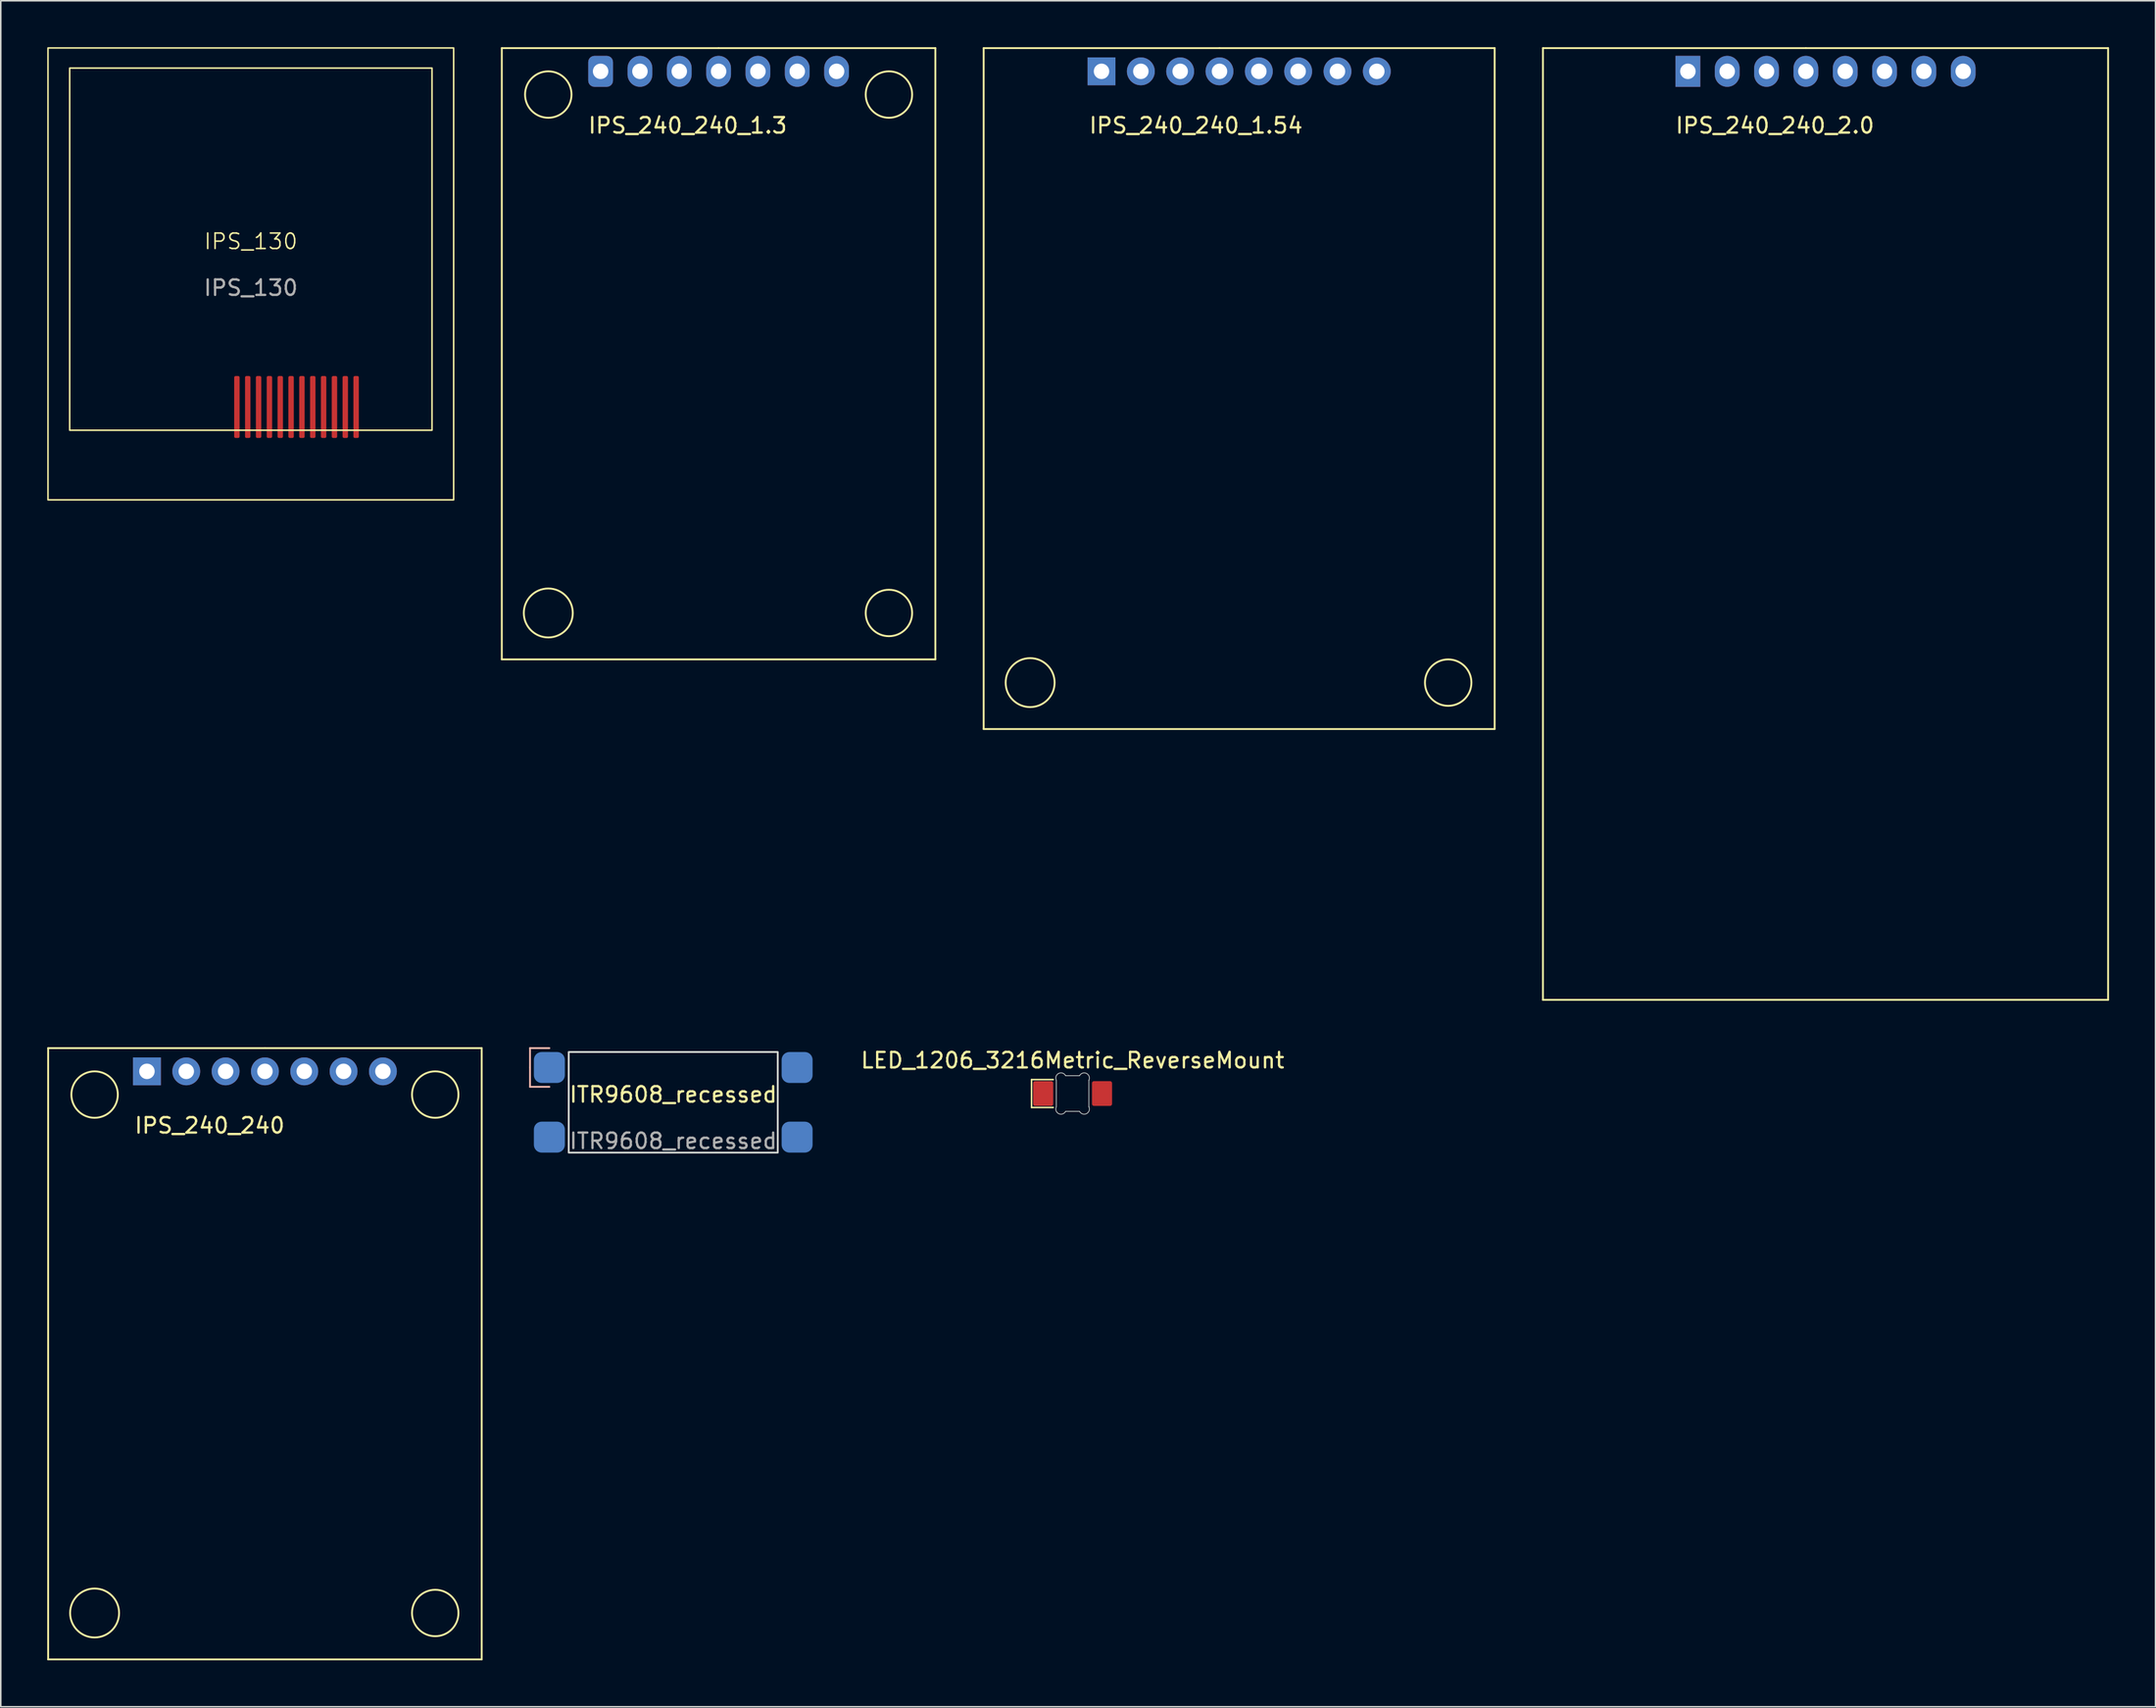
<source format=kicad_pcb>
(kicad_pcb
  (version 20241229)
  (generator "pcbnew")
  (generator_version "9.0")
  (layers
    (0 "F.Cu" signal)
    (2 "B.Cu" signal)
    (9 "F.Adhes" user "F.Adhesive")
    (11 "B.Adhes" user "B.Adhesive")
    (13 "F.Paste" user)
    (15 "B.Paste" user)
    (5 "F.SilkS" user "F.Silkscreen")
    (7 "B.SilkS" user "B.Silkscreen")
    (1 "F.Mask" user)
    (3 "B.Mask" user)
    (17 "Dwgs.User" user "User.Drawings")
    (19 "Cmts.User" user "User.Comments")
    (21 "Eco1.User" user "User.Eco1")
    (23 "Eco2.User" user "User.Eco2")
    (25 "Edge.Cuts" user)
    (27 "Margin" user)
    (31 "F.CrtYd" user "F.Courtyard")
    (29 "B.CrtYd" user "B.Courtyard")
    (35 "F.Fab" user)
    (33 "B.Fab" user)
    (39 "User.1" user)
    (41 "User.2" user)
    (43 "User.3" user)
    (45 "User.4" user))
  (footprint "IPS_240_240"
    (layer "F.Cu")
    (at 14.06 66.18)
    (property "Reference" "IPS_240_240" (at -8.5 3.5 0) (layer "F.SilkS") (effects (font (size 1 1) (thickness 0.15)) (justify left)))
    (attr through_hole)
    (fp_line (start -14 -1.5) (end 0 -1.5) (stroke (width 0.12) (type solid)) (layer "F.SilkS"))
    (fp_line (start -14 38) (end -14 -1.5) (stroke (width 0.12) (type solid)) (layer "F.SilkS"))
    (fp_line (start 0 -1.5) (end 14 -1.5) (stroke (width 0.12) (type solid)) (layer "F.SilkS"))
    (fp_line (start 14 -1.5) (end 14 38) (stroke (width 0.12) (type solid)) (layer "F.SilkS"))
    (fp_line (start 14 38) (end -14 38) (stroke (width 0.12) (type solid)) (layer "F.SilkS"))
    (fp_circle (center -11 1.5) (end -11 0) (stroke (width 0.12) (type solid)) (fill no) (layer "F.SilkS"))
    (fp_circle (center -11 35) (end -10.5 33.5) (stroke (width 0.12) (type solid)) (fill no) (layer "F.SilkS"))
    (fp_circle (center 11 1.5) (end 11 0) (stroke (width 0.12) (type solid)) (fill no) (layer "F.SilkS"))
    (fp_circle (center 11 35) (end 11 33.5) (stroke (width 0.12) (type solid)) (fill no) (layer "F.SilkS"))
    (pad "1" thru_hole rect (at -7.62 0) (size 1.8 1.8) (drill 1) (layers "*.Cu" "*.Mask"))
    (pad "2" thru_hole circle (at -5.08 0) (size 1.8 1.8) (drill 1) (layers "*.Cu" "*.Mask"))
    (pad "3" thru_hole circle (at -2.54 0) (size 1.8 1.8) (drill 1) (layers "*.Cu" "*.Mask"))
    (pad "4" thru_hole circle (at 0 0) (size 1.8 1.8) (drill 1) (layers "*.Cu" "*.Mask"))
    (pad "5" thru_hole circle (at 2.54 0) (size 1.8 1.8) (drill 1) (layers "*.Cu" "*.Mask"))
    (pad "6" thru_hole circle (at 5.08 0) (size 1.8 1.8) (drill 1) (layers "*.Cu" "*.Mask"))
    (pad "7" thru_hole circle (at 7.62 0) (size 1.8 1.8) (drill 1) (layers "*.Cu" "*.Mask")))
  (footprint "IPS_130"
    (layer "F.Cu")
    (at 13.15 13.05)
    (property "Reference" "IPS_130" (at 0 -0.5 0) (unlocked yes) (layer "F.SilkS") (effects (font (size 1 1) (thickness 0.1))))
    (attr smd)
    (fp_rect (start -13.1 -13) (end 13.1 16.2) (stroke (width 0.1) (type default)) (fill no) (layer "F.SilkS"))
    (fp_rect (start -11.7 -11.7) (end 11.7 11.7) (stroke (width 0.1) (type default)) (fill no) (layer "F.SilkS"))
    (fp_text user "${REFERENCE}" (at 0 2.5 0) (unlocked yes) (layer "F.Fab") (effects (font (size 1 1) (thickness 0.15))))
    (pad "1" smd roundrect (at 6.8 10.2) (size 0.35 4) (layers "F.Cu" "F.Mask" "F.Paste") (roundrect_rratio 0.25))
    (pad "2" smd roundrect (at 6.1 10.2) (size 0.35 4) (layers "F.Cu" "F.Mask" "F.Paste") (roundrect_rratio 0.25))
    (pad "3" smd roundrect (at 5.4 10.2) (size 0.35 4) (layers "F.Cu" "F.Mask" "F.Paste") (roundrect_rratio 0.25))
    (pad "4" smd roundrect (at 4.7 10.2) (size 0.35 4) (layers "F.Cu" "F.Mask" "F.Paste") (roundrect_rratio 0.25))
    (pad "5" smd roundrect (at 4 10.2) (size 0.35 4) (layers "F.Cu" "F.Mask" "F.Paste") (roundrect_rratio 0.25))
    (pad "6" smd roundrect (at 3.3 10.2) (size 0.35 4) (layers "F.Cu" "F.Mask" "F.Paste") (roundrect_rratio 0.25))
    (pad "7" smd roundrect (at 2.6 10.2) (size 0.35 4) (layers "F.Cu" "F.Mask" "F.Paste") (roundrect_rratio 0.25))
    (pad "8" smd roundrect (at 1.9 10.2) (size 0.35 4) (layers "F.Cu" "F.Mask" "F.Paste") (roundrect_rratio 0.25))
    (pad "9" smd roundrect (at 1.2 10.2) (size 0.35 4) (layers "F.Cu" "F.Mask" "F.Paste") (roundrect_rratio 0.25))
    (pad "10" smd roundrect (at 0.5 10.2) (size 0.35 4) (layers "F.Cu" "F.Mask" "F.Paste") (roundrect_rratio 0.25))
    (pad "11" smd roundrect (at -0.2 10.2) (size 0.35 4) (layers "F.Cu" "F.Mask" "F.Paste") (roundrect_rratio 0.25))
    (pad "12" smd roundrect (at -0.9 10.2) (size 0.35 4) (layers "F.Cu" "F.Mask" "F.Paste") (roundrect_rratio 0.25)))
  (footprint "IPS_240_240_1.54"
    (layer "F.Cu")
    (at 76.98 1.56)
    (property "Reference" "IPS_240_240_1.54" (at -9.77 3.5 0) (layer "F.SilkS") (effects (font (size 1 1) (thickness 0.15)) (justify left)))
    (attr through_hole)
    (fp_line (start -16.5 -1.5) (end -1.27 -1.5) (stroke (width 0.12) (type solid)) (layer "F.SilkS"))
    (fp_line (start -16.5 42.5) (end -16.5 -1.5) (stroke (width 0.12) (type solid)) (layer "F.SilkS"))
    (fp_line (start -1.27 -1.5) (end 16.5 -1.5) (stroke (width 0.12) (type solid)) (layer "F.SilkS"))
    (fp_line (start 16.5 -1.5) (end 16.5 42.5) (stroke (width 0.12) (type solid)) (layer "F.SilkS"))
    (fp_line (start 16.5 42.5) (end -16.5 42.5) (stroke (width 0.12) (type solid)) (layer "F.SilkS"))
    (fp_circle (center -13.5 39.5) (end -13 38) (stroke (width 0.12) (type solid)) (fill no) (layer "F.SilkS"))
    (fp_circle (center 13.5 39.5) (end 13.5 38) (stroke (width 0.12) (type solid)) (fill no) (layer "F.SilkS"))
    (pad "1" thru_hole rect (at -8.89 0) (size 1.8 1.8) (drill 1) (layers "*.Cu" "*.Mask"))
    (pad "2" thru_hole circle (at -6.35 0) (size 1.8 1.8) (drill 1) (layers "*.Cu" "*.Mask"))
    (pad "3" thru_hole circle (at -3.81 0) (size 1.8 1.8) (drill 1) (layers "*.Cu" "*.Mask"))
    (pad "4" thru_hole circle (at -1.27 0) (size 1.8 1.8) (drill 1) (layers "*.Cu" "*.Mask"))
    (pad "5" thru_hole circle (at 1.27 0) (size 1.8 1.8) (drill 1) (layers "*.Cu" "*.Mask"))
    (pad "6" thru_hole circle (at 3.81 0) (size 1.8 1.8) (drill 1) (layers "*.Cu" "*.Mask"))
    (pad "7" thru_hole circle (at 6.35 0) (size 1.8 1.8) (drill 1) (layers "*.Cu" "*.Mask"))
    (pad "8" thru_hole circle (at 8.89 0) (size 1.8 1.8) (drill 1) (layers "*.Cu" "*.Mask")))
  (footprint "ITR9608_recessed"
    (layer "F.Cu")
    (at 40.43 68.18)
    (property "Reference" "ITR9608_recessed" (at 0 -0.5 0) (unlocked yes) (layer "F.SilkS") (effects (font (size 1 1) (thickness 0.15))))
    (attr smd)
    (fp_line (start -9.25 -3.5) (end -8 -3.5) (stroke (width 0.12) (type solid)) (layer "B.SilkS"))
    (fp_line (start -9.25 -2.25) (end -9.25 -3.5) (stroke (width 0.12) (type solid)) (layer "B.SilkS"))
    (fp_line (start -9.25 -2.25) (end -9.25 -1) (stroke (width 0.12) (type solid)) (layer "B.SilkS"))
    (fp_line (start -9.25 -1) (end -8 -1) (stroke (width 0.12) (type solid)) (layer "B.SilkS"))
    (fp_rect (start -6.75 -3.25) (end 6.75 3.25) (stroke (width 0.12) (type solid)) (fill no) (layer "Edge.Cuts"))
    (fp_text user "${REFERENCE}" (at 0 2.5 0) (unlocked yes) (layer "F.Fab") (effects (font (size 1 1) (thickness 0.15))))
    (pad "1" smd roundrect (at -8 -2.25) (size 2 2) (layers "B.Cu" "B.Mask" "B.Paste") (roundrect_rratio 0.25))
    (pad "2" smd roundrect (at -8 2.25) (size 2 2) (layers "B.Cu" "B.Mask" "B.Paste") (roundrect_rratio 0.25))
    (pad "3" smd roundrect (at 8 2.25) (size 2 2) (layers "B.Cu" "B.Mask" "B.Paste") (roundrect_rratio 0.25))
    (pad "4" smd roundrect (at 8 -2.25) (size 2 2) (layers "B.Cu" "B.Mask" "B.Paste") (roundrect_rratio 0.25)))
  (footprint "IPS_240_240_1.3"
    (layer "F.Cu")
    (at 43.36 1.56)
    (property "Reference" "IPS_240_240_1.3" (at -8.5 3.5 0) (layer "F.SilkS") (effects (font (size 1 1) (thickness 0.15)) (justify left)))
    (attr through_hole)
    (fp_line (start -14 -1.5) (end 0 -1.5) (stroke (width 0.12) (type solid)) (layer "F.SilkS"))
    (fp_line (start -14 38) (end -14 -1.5) (stroke (width 0.12) (type solid)) (layer "F.SilkS"))
    (fp_line (start 0 -1.5) (end 14 -1.5) (stroke (width 0.12) (type solid)) (layer "F.SilkS"))
    (fp_line (start 14 -1.5) (end 14 38) (stroke (width 0.12) (type solid)) (layer "F.SilkS"))
    (fp_line (start 14 38) (end -14 38) (stroke (width 0.12) (type solid)) (layer "F.SilkS"))
    (fp_circle (center -11 1.5) (end -11 0) (stroke (width 0.12) (type solid)) (fill no) (layer "F.SilkS"))
    (fp_circle (center -11 35) (end -10.5 33.5) (stroke (width 0.12) (type solid)) (fill no) (layer "F.SilkS"))
    (fp_circle (center 11 1.5) (end 11 0) (stroke (width 0.12) (type solid)) (fill no) (layer "F.SilkS"))
    (fp_circle (center 11 35) (end 11 33.5) (stroke (width 0.12) (type solid)) (fill no) (layer "F.SilkS"))
    (pad "1" thru_hole roundrect (at -7.62 0) (size 1.6 2) (drill 1) (layers "*.Cu" "*.Mask") (roundrect_rratio 0.25))
    (pad "2" thru_hole oval (at -5.08 0) (size 1.6 2) (drill 1) (layers "*.Cu" "*.Mask"))
    (pad "3" thru_hole oval (at -2.54 0) (size 1.6 2) (drill 1) (layers "*.Cu" "*.Mask"))
    (pad "4" thru_hole oval (at 0 0) (size 1.6 2) (drill 1) (layers "*.Cu" "*.Mask"))
    (pad "5" thru_hole oval (at 2.54 0) (size 1.6 2) (drill 1) (layers "*.Cu" "*.Mask"))
    (pad "6" thru_hole oval (at 5.08 0) (size 1.6 2) (drill 1) (layers "*.Cu" "*.Mask"))
    (pad "7" thru_hole oval (at 7.62 0) (size 1.6 2) (drill 1) (layers "*.Cu" "*.Mask")))
  (footprint "LED_1206_3216Metric_ReverseMount"
    (layer "F.Cu")
    (at 66.222 67.613)
    (property "Reference" "LED_1206_3216Metric_ReverseMount" (at 0 -2.145 0) (layer "F.SilkS") (effects (font (size 1 1) (thickness 0.15))))
    (attr smd)
    (fp_line (start -2.65 -0.9) (end -2.65 0.9) (stroke (width 0.1) (type default)) (layer "F.SilkS"))
    (fp_line (start -2.65 0.9) (end -1.25 0.9) (stroke (width 0.1) (type default)) (layer "F.SilkS"))
    (fp_line (start -1.25 -0.9) (end -2.65 -0.9) (stroke (width 0.1) (type default)) (layer "F.SilkS"))
    (fp_line (start -1.05 -0.85) (end -1.05 0.85) (stroke (width 0.05) (type default)) (layer "Edge.Cuts"))
    (fp_line (start -0.45 1.15) (end 0.45 1.15) (stroke (width 0.05) (type default)) (layer "Edge.Cuts"))
    (fp_line (start 0.45 -1.15) (end -0.45 -1.15) (stroke (width 0.05) (type default)) (layer "Edge.Cuts"))
    (fp_line (start 1.05 0.85) (end 1.05 -0.85) (stroke (width 0.05) (type default)) (layer "Edge.Cuts"))
    (fp_arc (start -1.05 -0.85) (mid -0.9 -1.3) (end -0.45 -1.15) (stroke (width 0.05) (type default)) (layer "Edge.Cuts"))
    (fp_arc (start -0.45 1.15) (mid -0.9 1.3) (end -1.05 0.85) (stroke (width 0.05) (type default)) (layer "Edge.Cuts"))
    (fp_arc (start 0.45 -1.15) (mid 0.9 -1.3) (end 1.05 -0.85) (stroke (width 0.05) (type default)) (layer "Edge.Cuts"))
    (fp_arc (start 1.05 0.85) (mid 0.9 1.3) (end 0.45 1.15) (stroke (width 0.05) (type default)) (layer "Edge.Cuts"))
    (pad "1" smd roundrect (at -1.9 0) (size 1.3 1.6) (layers "F.Cu" "F.Mask" "F.Paste") (roundrect_rratio 0.1))
    (pad "2" smd roundrect (at 1.9 0) (size 1.3 1.6) (layers "F.Cu" "F.Mask" "F.Paste") (roundrect_rratio 0.1)))
  (footprint "IPS_240_240_2.0"
    (layer "F.Cu")
    (at 114.85 1.56)
    (property "Reference" "IPS_240_240_2.0" (at -9.77 3.5 0) (layer "F.SilkS") (effects (font (size 1 1) (thickness 0.15)) (justify left)))
    (attr through_hole)
    (fp_line (start -18.25 -1.5) (end -1.27 -1.5) (stroke (width 0.12) (type solid)) (layer "F.SilkS"))
    (fp_line (start -18.25 60) (end -18.25 -1.5) (stroke (width 0.12) (type solid)) (layer "F.SilkS"))
    (fp_line (start -1.27 -1.5) (end 18.25 -1.5) (stroke (width 0.12) (type solid)) (layer "F.SilkS"))
    (fp_line (start 18.25 -1.5) (end 18.25 60) (stroke (width 0.12) (type solid)) (layer "F.SilkS"))
    (fp_line (start 18.25 60) (end -18.25 60) (stroke (width 0.12) (type solid)) (layer "F.SilkS"))
    (pad "1" thru_hole rect (at -8.89 0) (size 1.6 2) (drill 1) (layers "*.Cu" "*.Mask"))
    (pad "2" thru_hole oval (at -6.35 0) (size 1.6 2) (drill 1) (layers "*.Cu" "*.Mask"))
    (pad "3" thru_hole oval (at -3.81 0) (size 1.6 2) (drill 1) (layers "*.Cu" "*.Mask"))
    (pad "4" thru_hole oval (at -1.27 0) (size 1.6 2) (drill 1) (layers "*.Cu" "*.Mask"))
    (pad "5" thru_hole oval (at 1.27 0) (size 1.6 2) (drill 1) (layers "*.Cu" "*.Mask"))
    (pad "6" thru_hole oval (at 3.81 0) (size 1.6 2) (drill 1) (layers "*.Cu" "*.Mask"))
    (pad "7" thru_hole oval (at 6.35 0) (size 1.6 2) (drill 1) (layers "*.Cu" "*.Mask"))
    (pad "8" thru_hole oval (at 8.89 0) (size 1.6 2) (drill 1) (layers "*.Cu" "*.Mask")))
  (gr_rect
    (start -3 -3)
    (end 136.16 107.24)
    (stroke (width 0.1) (type default))
    (fill no)
    (layer "Edge.Cuts")))
</source>
